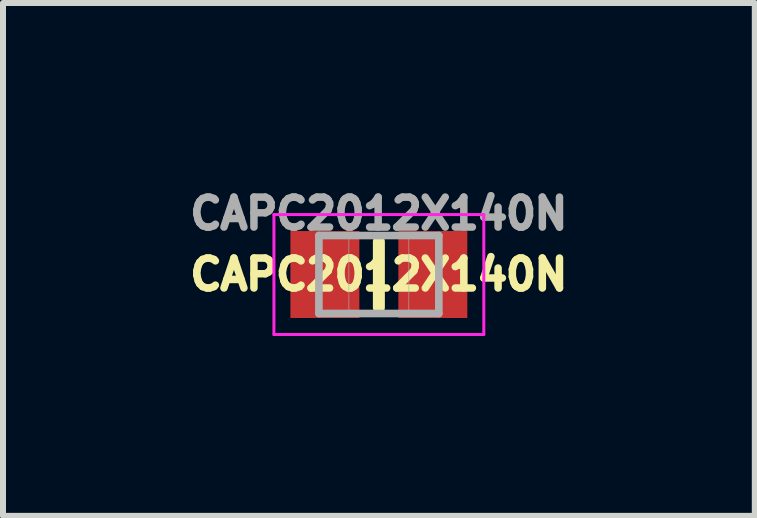
<source format=kicad_pcb>
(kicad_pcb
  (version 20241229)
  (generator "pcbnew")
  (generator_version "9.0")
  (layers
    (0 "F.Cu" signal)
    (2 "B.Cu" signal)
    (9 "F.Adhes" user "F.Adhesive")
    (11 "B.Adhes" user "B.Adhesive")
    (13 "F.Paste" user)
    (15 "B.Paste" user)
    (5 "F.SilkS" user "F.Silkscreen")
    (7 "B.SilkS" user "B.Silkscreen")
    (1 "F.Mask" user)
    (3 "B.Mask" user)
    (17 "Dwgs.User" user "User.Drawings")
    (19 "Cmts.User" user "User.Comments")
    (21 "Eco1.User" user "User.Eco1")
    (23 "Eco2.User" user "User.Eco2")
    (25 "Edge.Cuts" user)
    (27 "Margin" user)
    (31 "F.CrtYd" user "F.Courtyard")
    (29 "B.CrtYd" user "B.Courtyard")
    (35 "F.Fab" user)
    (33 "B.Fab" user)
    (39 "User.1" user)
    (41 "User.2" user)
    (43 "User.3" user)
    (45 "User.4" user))
  (footprint "CAPC2012X140N"
    (layer "F.Cu")
    (at 3.268 1.528)
    (property "Reference" "CAPC2012X140N" (at 0 0 0) (layer "F.SilkS") (effects (font (size 0.5 0.5) (thickness 0.15))))
    (attr through_hole)
    (fp_line (start 0 -0.55) (end 0 0.55) (stroke (width 0.2) (type solid)) (layer "F.SilkS"))
    (fp_line (start -1.75 -1) (end 1.75 -1) (stroke (width 0.05) (type solid)) (layer "F.CrtYd"))
    (fp_line (start -1.75 1) (end -1.75 -1) (stroke (width 0.05) (type solid)) (layer "F.CrtYd"))
    (fp_line (start 1.75 -1) (end 1.75 1) (stroke (width 0.05) (type solid)) (layer "F.CrtYd"))
    (fp_line (start 1.75 1) (end -1.75 1) (stroke (width 0.05) (type solid)) (layer "F.CrtYd"))
    (fp_line (start -1 -0.65) (end 1 -0.65) (stroke (width 0.127) (type solid)) (layer "F.Fab"))
    (fp_line (start -1 0.65) (end -1 -0.65) (stroke (width 0.127) (type solid)) (layer "F.Fab"))
    (fp_line (start 1 -0.65) (end 1 0.65) (stroke (width 0.127) (type solid)) (layer "F.Fab"))
    (fp_line (start 1 0.65) (end -1 0.65) (stroke (width 0.127) (type solid)) (layer "F.Fab"))
    (fp_poly (pts (xy -1 -0.65) (xy -0.5 -0.65) (xy -0.5 0.65) (xy -1 0.65)) (stroke (width 0.01) (type solid)) (fill no) (layer "F.Fab"))
    (fp_poly (pts (xy 0.5 -0.65) (xy 1 -0.65) (xy 1 0.65) (xy 0.5 0.65)) (stroke (width 0.01) (type solid)) (fill no) (layer "F.Fab"))
    (fp_text user "${REFERENCE}" (at 0 -1.016 0) (layer "F.Fab") (effects (font (size 0.5 0.5) (thickness 0.125))))
    (pad "1" smd rect (at -0.9 0) (size 1.15 1.45) (layers "F.Cu" "F.Mask" "F.Paste"))
    (pad "2" smd rect (at 0.9 0) (size 1.15 1.45) (layers "F.Cu" "F.Mask" "F.Paste")))
  (gr_rect
    (start -3 -3)
    (end 9.537 5.553)
    (stroke (width 0.1) (type default))
    (fill no)
    (layer "Edge.Cuts")))
</source>
